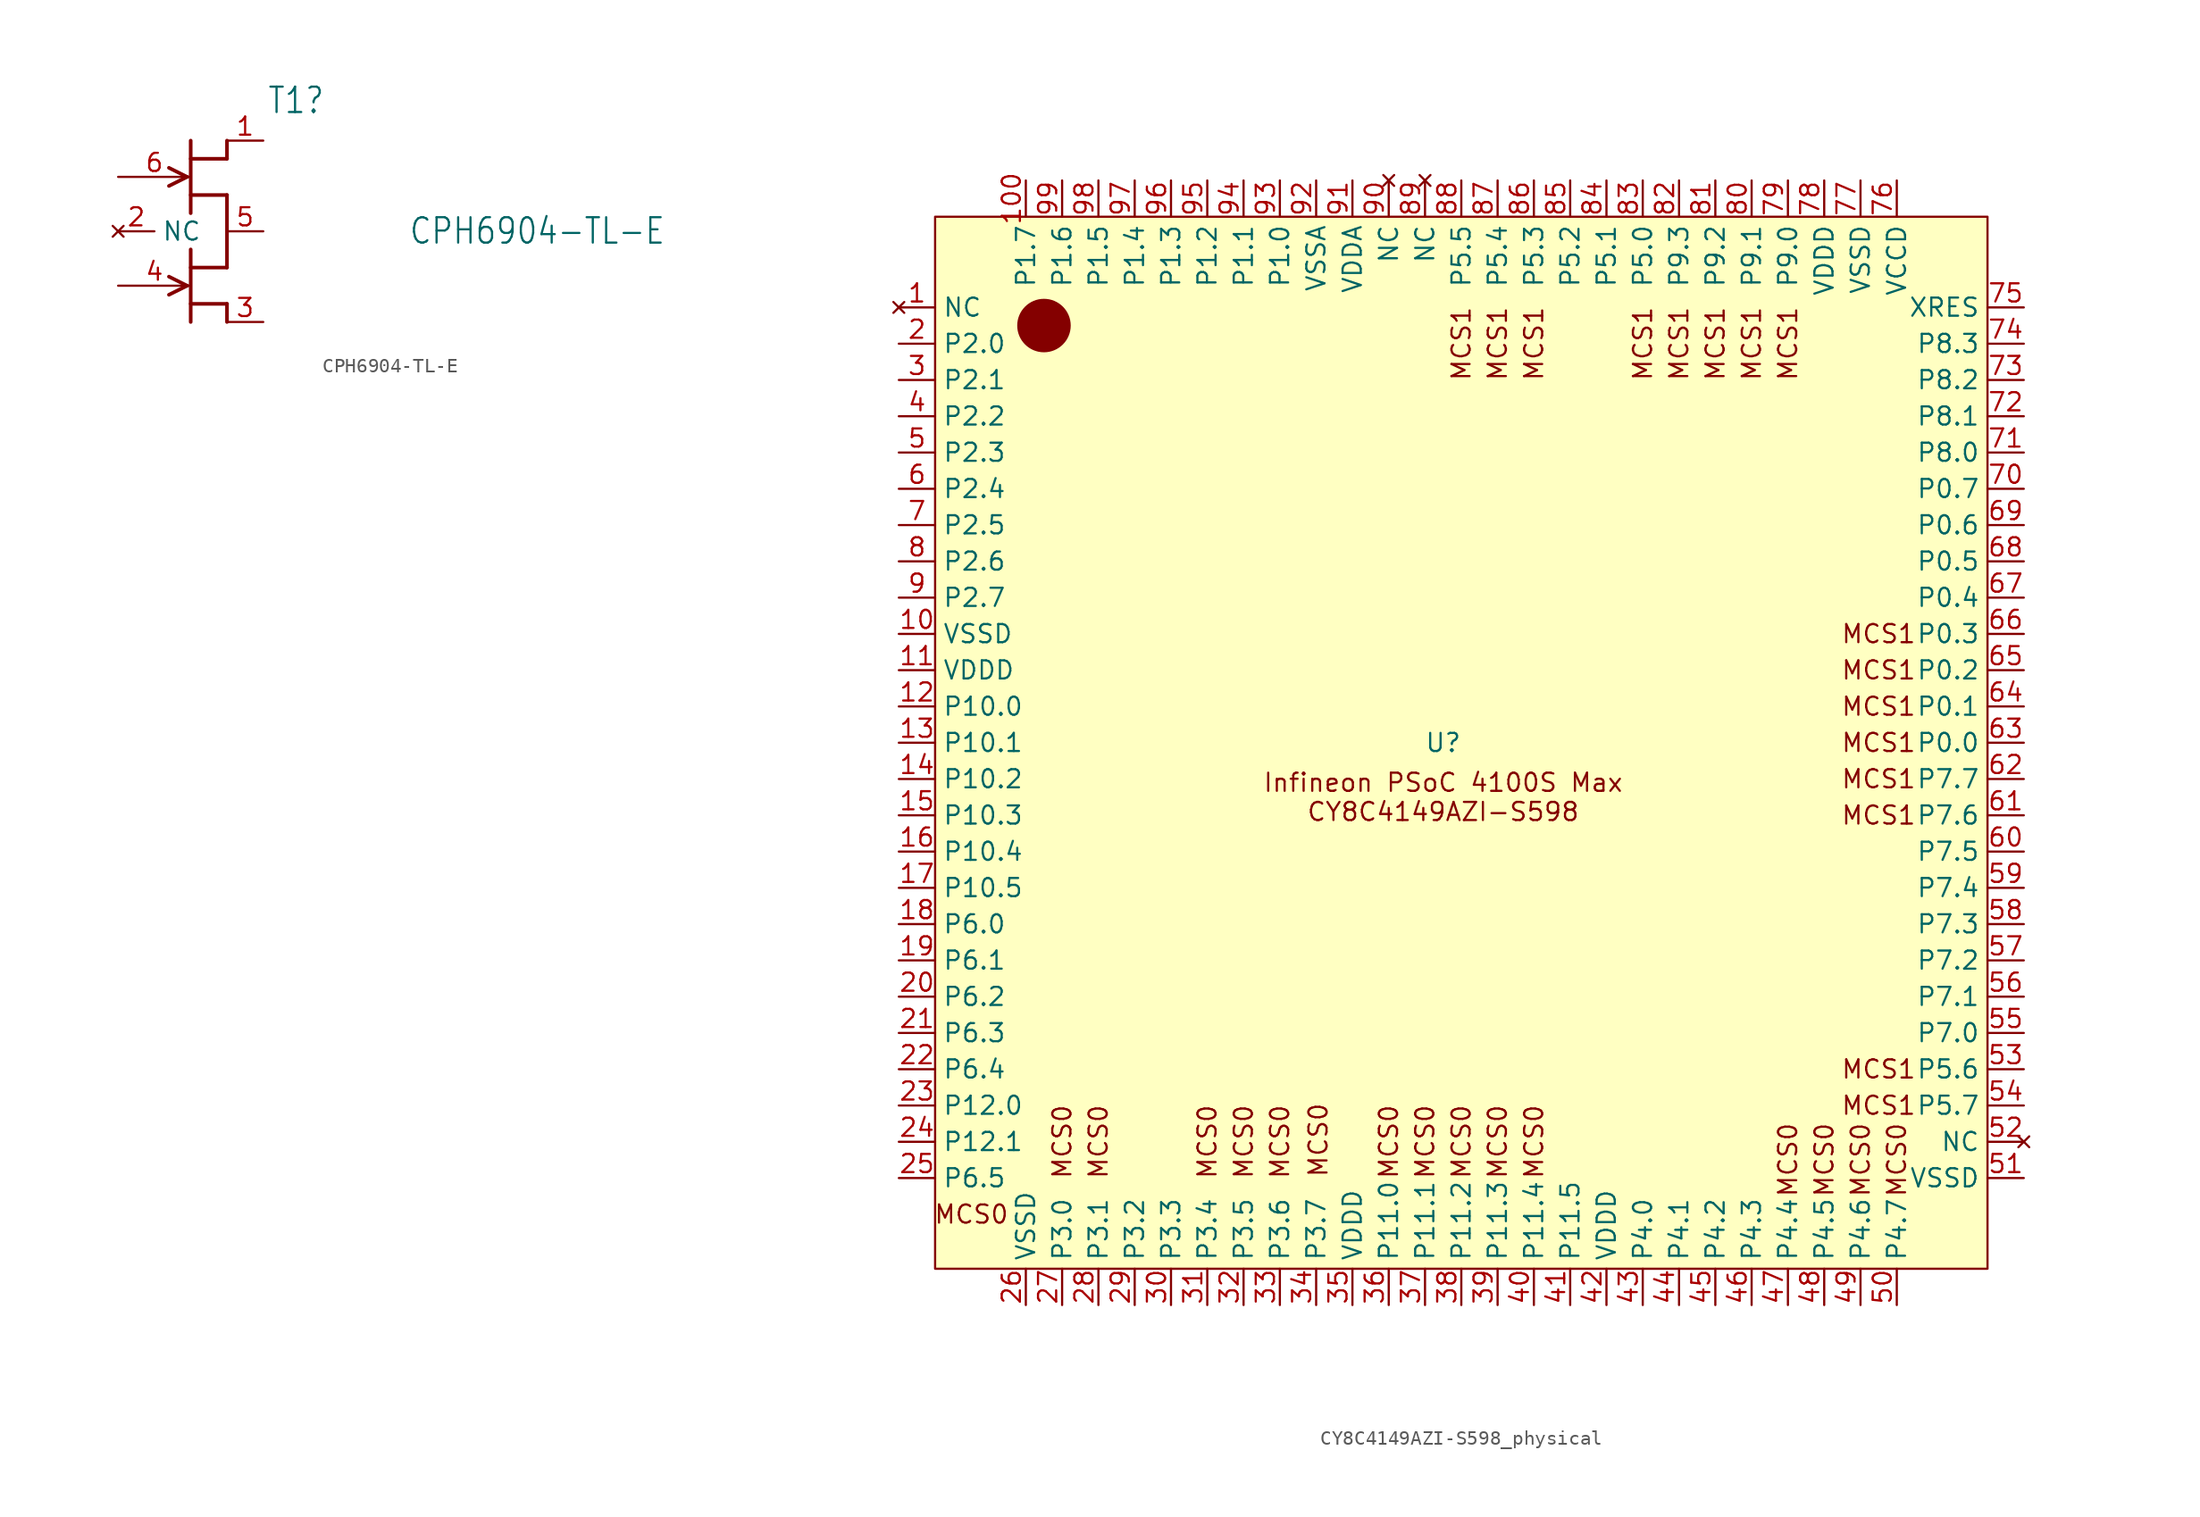
<source format=kicad_sym>
(kicad_symbol_lib
  (version 20241209)
  (generator "kicad_symbol_editor")
  (generator_version "9.0")
  (symbol "CPH6904-TL-E"
    (property "Reference" "T1"
      (at 5.334 8.128 0)
      (effects (font (size 1.778 1.511)) (justify left bottom)))
    (property "Value" "CPH6904-TL-E"
      (at 15.24 -1.016 0)
      (effects (font (size 1.778 1.511)) (justify left bottom)))
    (symbol "CPH6904-TL-E_1_0"
      (polyline (pts (xy -1.524 4.445) (xy -0.254 3.81)) (stroke (width 0.254) (type default)) (fill (type none)))
      (polyline (pts (xy -1.524 -3.175) (xy -0.254 -3.81)) (stroke (width 0.254) (type default)) (fill (type none)))
      (polyline (pts (xy -0.254 3.81) (xy -1.524 3.175)) (stroke (width 0.254) (type default)) (fill (type none)))
      (polyline (pts (xy -0.254 -3.81) (xy -1.524 -4.445)) (stroke (width 0.254) (type default)) (fill (type none)))
      (polyline (pts (xy 0 1.27) (xy 0 6.35)) (stroke (width 0.254) (type default)) (fill (type none)))
      (polyline (pts (xy 0 -6.35) (xy 0 -1.27)) (stroke (width 0.254) (type default)) (fill (type none)))
      (polyline (pts (xy 2.54 5.08) (xy 0 5.08)) (stroke (width 0.254) (type default)) (fill (type none)))
      (polyline (pts (xy 2.54 5.08) (xy 2.54 6.35)) (stroke (width 0.254) (type default)) (fill (type none)))
      (polyline (pts (xy 2.54 2.54) (xy 0 2.54)) (stroke (width 0.254) (type default)) (fill (type none)))
      (polyline (pts (xy 2.54 2.54) (xy 2.54 -2.54)) (stroke (width 0.254) (type default)) (fill (type none)))
      (polyline (pts (xy 2.54 -2.54) (xy 0 -2.54)) (stroke (width 0.254) (type default)) (fill (type none)))
      (polyline (pts (xy 2.54 -5.08) (xy 0 -5.08)) (stroke (width 0.254) (type default)) (fill (type none)))
      (polyline (pts (xy 2.54 -6.35) (xy 2.54 -5.08)) (stroke (width 0.254) (type default)) (fill (type none)))
      (pin passive line (at -5.08 3.81 0) (length 5.08) (name "G1" (effects (font (size 0 0)))) (number "6" (effects (font (size 1.27 1.27)))))
      (pin passive line (at -5.08 -3.81 0) (length 5.08) (name "G2" (effects (font (size 0 0)))) (number "4" (effects (font (size 1.27 1.27)))))
      (pin passive line (at 5.08 6.35 180) (length 2.54) (name "D1" (effects (font (size 0 0)))) (number "1" (effects (font (size 1.27 1.27)))))
      (pin passive line (at 5.08 0 180) (length 2.54) (name "S1S2" (effects (font (size 0 0)))) (number "5" (effects (font (size 1.27 1.27)))))
      (pin passive line (at 5.08 -6.35 180) (length 2.54) (name "D2" (effects (font (size 0 0)))) (number "3" (effects (font (size 1.27 1.27))))))
    (symbol "CPH6904-TL-E_1_1"
      (pin no_connect line (at -5.08 0 0) (length 2.54) (name "NC" (effects (font (size 1.27 1.27)))) (number "2" (effects (font (size 1.27 1.27)))))))
  (symbol "CY8C4149AZI-S598_physical"
    (property "Reference" "U"
      (at -1.27 0 0)
      (effects (font (size 1.27 1.27))))
    (property "Value" ""
      (at 11.43 3.81 0)
      (effects (font (size 1.27 1.27))))
    (symbol "CY8C4149AZI-S598_physical_1_1"
      (rectangle (start -36.83 36.83) (end 36.83 -36.83) (stroke (width 0) (type default)) (fill (type background)))
      (circle (center -29.21 29.21) (radius 1.796) (stroke (width 0) (type default)) (fill (type outline)))
      (text "MCS0" (at -34.29 -33.02 0) (effects (font (size 1.27 1.27))))
      (text "MCS0" (at -27.94 -27.94 900) (effects (font (size 1.27 1.27))))
      (text "MCS0" (at -25.4 -27.94 900) (effects (font (size 1.27 1.27))))
      (text "MCS0" (at -17.78 -27.94 900) (effects (font (size 1.27 1.27))))
      (text "MCS0" (at -15.24 -27.94 900) (effects (font (size 1.27 1.27))))
      (text "MCS0" (at -12.7 -27.94 900) (effects (font (size 1.27 1.27))))
      (text "MCS0" (at -10.012 -27.824 900) (effects (font (size 1.27 1.27))))
      (text "MCS0" (at -5.08 -27.94 900) (effects (font (size 1.27 1.27))))
      (text "MCS0" (at -2.54 -27.94 900) (effects (font (size 1.27 1.27))))
      (text "Infineon PSoC 4100S Max\nCY8C4149AZI-S598" (at -1.27 -3.81 0) (effects (font (size 1.27 1.27))))
      (text "MCS1\n" (at 0 27.94 900) (effects (font (size 1.27 1.27))))
      (text "MCS0" (at 0 -27.94 900) (effects (font (size 1.27 1.27))))
      (text "MCS1\n" (at 2.54 27.94 900) (effects (font (size 1.27 1.27))))
      (text "MCS0" (at 2.54 -27.94 900) (effects (font (size 1.27 1.27))))
      (text "MCS1\n" (at 5.08 27.94 900) (effects (font (size 1.27 1.27))))
      (text "MCS0" (at 5.08 -27.94 900) (effects (font (size 1.27 1.27))))
      (text "MCS1\n" (at 12.7 27.94 900) (effects (font (size 1.27 1.27))))
      (text "MCS1\n" (at 15.24 27.94 900) (effects (font (size 1.27 1.27))))
      (text "MCS1\n" (at 17.78 27.94 900) (effects (font (size 1.27 1.27))))
      (text "MCS1\n" (at 20.32 27.94 900) (effects (font (size 1.27 1.27))))
      (text "MCS1\n" (at 22.86 27.94 900) (effects (font (size 1.27 1.27))))
      (text "MCS0" (at 22.86 -29.21 900) (effects (font (size 1.27 1.27))))
      (text "MCS0" (at 25.4 -29.21 900) (effects (font (size 1.27 1.27))))
      (text "MCS0" (at 27.94 -29.21 900) (effects (font (size 1.27 1.27))))
      (text "MCS1\n" (at 29.21 7.62 0) (effects (font (size 1.27 1.27))))
      (text "MCS1\n" (at 29.21 5.08 0) (effects (font (size 1.27 1.27))))
      (text "MCS1\n" (at 29.21 2.54 0) (effects (font (size 1.27 1.27))))
      (text "MCS1\n" (at 29.21 0 0) (effects (font (size 1.27 1.27))))
      (text "MCS1\n" (at 29.21 -2.54 0) (effects (font (size 1.27 1.27))))
      (text "MCS1\n" (at 29.21 -5.08 0) (effects (font (size 1.27 1.27))))
      (text "MCS1\n" (at 29.21 -22.86 0) (effects (font (size 1.27 1.27))))
      (text "MCS1\n" (at 29.21 -25.4 0) (effects (font (size 1.27 1.27))))
      (text "MCS0" (at 30.48 -29.21 900) (effects (font (size 1.27 1.27))))
      (pin no_connect line (at -39.37 30.48 0) (length 2.54) (name "NC" (effects (font (size 1.27 1.27)))) (number "1" (effects (font (size 1.27 1.27)))))
      (pin bidirectional line (at -39.37 27.94 0) (length 2.54) (name "P2.0" (effects (font (size 1.27 1.27)))) (number "2" (effects (font (size 1.27 1.27)))))
      (pin bidirectional line (at -39.37 25.4 0) (length 2.54) (name "P2.1" (effects (font (size 1.27 1.27)))) (number "3" (effects (font (size 1.27 1.27)))))
      (pin bidirectional line (at -39.37 22.86 0) (length 2.54) (name "P2.2" (effects (font (size 1.27 1.27)))) (number "4" (effects (font (size 1.27 1.27)))))
      (pin bidirectional line (at -39.37 20.32 0) (length 2.54) (name "P2.3" (effects (font (size 1.27 1.27)))) (number "5" (effects (font (size 1.27 1.27)))))
      (pin bidirectional line (at -39.37 17.78 0) (length 2.54) (name "P2.4" (effects (font (size 1.27 1.27)))) (number "6" (effects (font (size 1.27 1.27)))))
      (pin bidirectional line (at -39.37 15.24 0) (length 2.54) (name "P2.5" (effects (font (size 1.27 1.27)))) (number "7" (effects (font (size 1.27 1.27)))))
      (pin bidirectional line (at -39.37 12.7 0) (length 2.54) (name "P2.6" (effects (font (size 1.27 1.27)))) (number "8" (effects (font (size 1.27 1.27)))))
      (pin bidirectional line (at -39.37 10.16 0) (length 2.54) (name "P2.7" (effects (font (size 1.27 1.27)))) (number "9" (effects (font (size 1.27 1.27)))))
      (pin power_in line (at -39.37 7.62 0) (length 2.54) (name "VSSD" (effects (font (size 1.27 1.27)))) (number "10" (effects (font (size 1.27 1.27)))))
      (pin power_in line (at -39.37 5.08 0) (length 2.54) (name "VDDD" (effects (font (size 1.27 1.27)))) (number "11" (effects (font (size 1.27 1.27)))))
      (pin bidirectional line (at -39.37 2.54 0) (length 2.54) (name "P10.0" (effects (font (size 1.27 1.27)))) (number "12" (effects (font (size 1.27 1.27)))))
      (pin bidirectional line (at -39.37 0 0) (length 2.54) (name "P10.1" (effects (font (size 1.27 1.27)))) (number "13" (effects (font (size 1.27 1.27)))))
      (pin bidirectional line (at -39.37 -2.54 0) (length 2.54) (name "P10.2" (effects (font (size 1.27 1.27)))) (number "14" (effects (font (size 1.27 1.27)))))
      (pin bidirectional line (at -39.37 -5.08 0) (length 2.54) (name "P10.3" (effects (font (size 1.27 1.27)))) (number "15" (effects (font (size 1.27 1.27)))))
      (pin bidirectional line (at -39.37 -7.62 0) (length 2.54) (name "P10.4" (effects (font (size 1.27 1.27)))) (number "16" (effects (font (size 1.27 1.27)))))
      (pin bidirectional line (at -39.37 -10.16 0) (length 2.54) (name "P10.5" (effects (font (size 1.27 1.27)))) (number "17" (effects (font (size 1.27 1.27)))))
      (pin bidirectional line (at -39.37 -12.7 0) (length 2.54) (name "P6.0" (effects (font (size 1.27 1.27)))) (number "18" (effects (font (size 1.27 1.27)))))
      (pin bidirectional line (at -39.37 -15.24 0) (length 2.54) (name "P6.1" (effects (font (size 1.27 1.27)))) (number "19" (effects (font (size 1.27 1.27)))))
      (pin bidirectional line (at -39.37 -17.78 0) (length 2.54) (name "P6.2" (effects (font (size 1.27 1.27)))) (number "20" (effects (font (size 1.27 1.27)))))
      (pin bidirectional line (at -39.37 -20.32 0) (length 2.54) (name "P6.3" (effects (font (size 1.27 1.27)))) (number "21" (effects (font (size 1.27 1.27)))))
      (pin bidirectional line (at -39.37 -22.86 0) (length 2.54) (name "P6.4" (effects (font (size 1.27 1.27)))) (number "22" (effects (font (size 1.27 1.27)))))
      (pin output line (at -39.37 -25.4 0) (length 2.54) (name "P12.0" (effects (font (size 1.27 1.27)))) (number "23" (effects (font (size 1.27 1.27)))))
      (pin bidirectional line (at -39.37 -27.94 0) (length 2.54) (name "P12.1" (effects (font (size 1.27 1.27)))) (number "24" (effects (font (size 1.27 1.27)))))
      (pin input line (at -39.37 -30.48 0) (length 2.54) (name "P6.5" (effects (font (size 1.27 1.27)))) (number "25" (effects (font (size 1.27 1.27)))))
      (pin bidirectional line (at -30.48 39.37 270) (length 2.54) (name "P1.7" (effects (font (size 1.27 1.27)))) (number "100" (effects (font (size 1.27 1.27)))))
      (pin power_in line (at -30.48 -39.37 90) (length 2.54) (name "VSSD" (effects (font (size 1.27 1.27)))) (number "26" (effects (font (size 1.27 1.27)))))
      (pin bidirectional line (at -27.94 39.37 270) (length 2.54) (name "P1.6" (effects (font (size 1.27 1.27)))) (number "99" (effects (font (size 1.27 1.27)))))
      (pin input line (at -27.94 -39.37 90) (length 2.54) (name "P3.0" (effects (font (size 1.27 1.27)))) (number "27" (effects (font (size 1.27 1.27)))))
      (pin bidirectional line (at -25.4 39.37 270) (length 2.54) (name "P1.5" (effects (font (size 1.27 1.27)))) (number "98" (effects (font (size 1.27 1.27)))))
      (pin input line (at -25.4 -39.37 90) (length 2.54) (name "P3.1" (effects (font (size 1.27 1.27)))) (number "28" (effects (font (size 1.27 1.27)))))
      (pin bidirectional line (at -22.86 39.37 270) (length 2.54) (name "P1.4" (effects (font (size 1.27 1.27)))) (number "97" (effects (font (size 1.27 1.27)))))
      (pin bidirectional line (at -22.86 -39.37 90) (length 2.54) (name "P3.2" (effects (font (size 1.27 1.27)))) (number "29" (effects (font (size 1.27 1.27)))))
      (pin bidirectional line (at -20.32 39.37 270) (length 2.54) (name "P1.3" (effects (font (size 1.27 1.27)))) (number "96" (effects (font (size 1.27 1.27)))))
      (pin bidirectional line (at -20.32 -39.37 90) (length 2.54) (name "P3.3" (effects (font (size 1.27 1.27)))) (number "30" (effects (font (size 1.27 1.27)))))
      (pin bidirectional line (at -17.78 39.37 270) (length 2.54) (name "P1.2" (effects (font (size 1.27 1.27)))) (number "95" (effects (font (size 1.27 1.27)))))
      (pin input line (at -17.78 -39.37 90) (length 2.54) (name "P3.4" (effects (font (size 1.27 1.27)))) (number "31" (effects (font (size 1.27 1.27)))))
      (pin bidirectional line (at -15.24 39.37 270) (length 2.54) (name "P1.1" (effects (font (size 1.27 1.27)))) (number "94" (effects (font (size 1.27 1.27)))))
      (pin bidirectional line (at -15.24 -39.37 90) (length 2.54) (name "P3.5" (effects (font (size 1.27 1.27)))) (number "32" (effects (font (size 1.27 1.27)))))
      (pin bidirectional line (at -12.7 39.37 270) (length 2.54) (name "P1.0" (effects (font (size 1.27 1.27)))) (number "93" (effects (font (size 1.27 1.27)))))
      (pin bidirectional line (at -12.7 -39.37 90) (length 2.54) (name "P3.6" (effects (font (size 1.27 1.27)))) (number "33" (effects (font (size 1.27 1.27)))))
      (pin power_in line (at -10.16 39.37 270) (length 2.54) (name "VSSA" (effects (font (size 1.27 1.27)))) (number "92" (effects (font (size 1.27 1.27)))))
      (pin bidirectional line (at -10.16 -39.37 90) (length 2.54) (name "P3.7" (effects (font (size 1.27 1.27)))) (number "34" (effects (font (size 1.27 1.27)))))
      (pin power_in line (at -7.62 39.37 270) (length 2.54) (name "VDDA" (effects (font (size 1.27 1.27)))) (number "91" (effects (font (size 1.27 1.27)))))
      (pin power_in line (at -7.62 -39.37 90) (length 2.54) (name "VDDD" (effects (font (size 1.27 1.27)))) (number "35" (effects (font (size 1.27 1.27)))))
      (pin no_connect line (at -5.08 39.37 270) (length 2.54) (name "NC" (effects (font (size 1.27 1.27)))) (number "90" (effects (font (size 1.27 1.27)))))
      (pin input line (at -5.08 -39.37 90) (length 2.54) (name "P11.0" (effects (font (size 1.27 1.27)))) (number "36" (effects (font (size 1.27 1.27)))))
      (pin no_connect line (at -2.54 39.37 270) (length 2.54) (name "NC" (effects (font (size 1.27 1.27)))) (number "89" (effects (font (size 1.27 1.27)))))
      (pin input line (at -2.54 -39.37 90) (length 2.54) (name "P11.1" (effects (font (size 1.27 1.27)))) (number "37" (effects (font (size 1.27 1.27)))))
      (pin input line (at 0 39.37 270) (length 2.54) (name "P5.5" (effects (font (size 1.27 1.27)))) (number "88" (effects (font (size 1.27 1.27)))))
      (pin input line (at 0 -39.37 90) (length 2.54) (name "P11.2" (effects (font (size 1.27 1.27)))) (number "38" (effects (font (size 1.27 1.27)))))
      (pin input line (at 2.54 39.37 270) (length 2.54) (name "P5.4" (effects (font (size 1.27 1.27)))) (number "87" (effects (font (size 1.27 1.27)))))
      (pin output line (at 2.54 -39.37 90) (length 2.54) (name "P11.3" (effects (font (size 1.27 1.27)))) (number "39" (effects (font (size 1.27 1.27)))))
      (pin input line (at 5.08 39.37 270) (length 2.54) (name "P5.3" (effects (font (size 1.27 1.27)))) (number "86" (effects (font (size 1.27 1.27)))))
      (pin output line (at 5.08 -39.37 90) (length 2.54) (name "P11.4" (effects (font (size 1.27 1.27)))) (number "40" (effects (font (size 1.27 1.27)))))
      (pin bidirectional line (at 7.62 39.37 270) (length 2.54) (name "P5.2" (effects (font (size 1.27 1.27)))) (number "85" (effects (font (size 1.27 1.27)))))
      (pin input line (at 7.62 -39.37 90) (length 2.54) (name "P11.5" (effects (font (size 1.27 1.27)))) (number "41" (effects (font (size 1.27 1.27)))))
      (pin bidirectional line (at 10.16 39.37 270) (length 2.54) (name "P5.1" (effects (font (size 1.27 1.27)))) (number "84" (effects (font (size 1.27 1.27)))))
      (pin power_in line (at 10.16 -39.37 90) (length 2.54) (name "VDDD" (effects (font (size 1.27 1.27)))) (number "42" (effects (font (size 1.27 1.27)))))
      (pin input line (at 12.7 39.37 270) (length 2.54) (name "P5.0" (effects (font (size 1.27 1.27)))) (number "83" (effects (font (size 1.27 1.27)))))
      (pin input line (at 12.7 -39.37 90) (length 2.54) (name "P4.0" (effects (font (size 1.27 1.27)))) (number "43" (effects (font (size 1.27 1.27)))))
      (pin input line (at 15.24 39.37 270) (length 2.54) (name "P9.3" (effects (font (size 1.27 1.27)))) (number "82" (effects (font (size 1.27 1.27)))))
      (pin input line (at 15.24 -39.37 90) (length 2.54) (name "P4.1" (effects (font (size 1.27 1.27)))) (number "44" (effects (font (size 1.27 1.27)))))
      (pin input line (at 17.78 39.37 270) (length 2.54) (name "P9.2" (effects (font (size 1.27 1.27)))) (number "81" (effects (font (size 1.27 1.27)))))
      (pin input line (at 17.78 -39.37 90) (length 2.54) (name "P4.2" (effects (font (size 1.27 1.27)))) (number "45" (effects (font (size 1.27 1.27)))))
      (pin input line (at 20.32 39.37 270) (length 2.54) (name "P9.1" (effects (font (size 1.27 1.27)))) (number "80" (effects (font (size 1.27 1.27)))))
      (pin bidirectional line (at 20.32 -39.37 90) (length 2.54) (name "P4.3" (effects (font (size 1.27 1.27)))) (number "46" (effects (font (size 1.27 1.27)))))
      (pin input line (at 22.86 39.37 270) (length 2.54) (name "P9.0" (effects (font (size 1.27 1.27)))) (number "79" (effects (font (size 1.27 1.27)))))
      (pin output line (at 22.86 -39.37 90) (length 2.54) (name "P4.4" (effects (font (size 1.27 1.27)))) (number "47" (effects (font (size 1.27 1.27)))))
      (pin power_in line (at 25.4 39.37 270) (length 2.54) (name "VDDD" (effects (font (size 1.27 1.27)))) (number "78" (effects (font (size 1.27 1.27)))))
      (pin output line (at 25.4 -39.37 90) (length 2.54) (name "P4.5" (effects (font (size 1.27 1.27)))) (number "48" (effects (font (size 1.27 1.27)))))
      (pin power_in line (at 27.94 39.37 270) (length 2.54) (name "VSSD" (effects (font (size 1.27 1.27)))) (number "77" (effects (font (size 1.27 1.27)))))
      (pin output line (at 27.94 -39.37 90) (length 2.54) (name "P4.6" (effects (font (size 1.27 1.27)))) (number "49" (effects (font (size 1.27 1.27)))))
      (pin power_in line (at 30.48 39.37 270) (length 2.54) (name "VCCD" (effects (font (size 1.27 1.27)))) (number "76" (effects (font (size 1.27 1.27)))))
      (pin output line (at 30.48 -39.37 90) (length 2.54) (name "P4.7" (effects (font (size 1.27 1.27)))) (number "50" (effects (font (size 1.27 1.27)))))
      (pin input line (at 39.37 30.48 180) (length 2.54) (name "XRES" (effects (font (size 1.27 1.27)))) (number "75" (effects (font (size 1.27 1.27)))))
      (pin bidirectional line (at 39.37 27.94 180) (length 2.54) (name "P8.3" (effects (font (size 1.27 1.27)))) (number "74" (effects (font (size 1.27 1.27)))))
      (pin bidirectional line (at 39.37 25.4 180) (length 2.54) (name "P8.2" (effects (font (size 1.27 1.27)))) (number "73" (effects (font (size 1.27 1.27)))))
      (pin bidirectional line (at 39.37 22.86 180) (length 2.54) (name "P8.1" (effects (font (size 1.27 1.27)))) (number "72" (effects (font (size 1.27 1.27)))))
      (pin bidirectional line (at 39.37 20.32 180) (length 2.54) (name "P8.0" (effects (font (size 1.27 1.27)))) (number "71" (effects (font (size 1.27 1.27)))))
      (pin bidirectional line (at 39.37 17.78 180) (length 2.54) (name "P0.7" (effects (font (size 1.27 1.27)))) (number "70" (effects (font (size 1.27 1.27)))))
      (pin bidirectional line (at 39.37 15.24 180) (length 2.54) (name "P0.6" (effects (font (size 1.27 1.27)))) (number "69" (effects (font (size 1.27 1.27)))))
      (pin input line (at 39.37 12.7 180) (length 2.54) (name "P0.5" (effects (font (size 1.27 1.27)))) (number "68" (effects (font (size 1.27 1.27)))))
      (pin input line (at 39.37 10.16 180) (length 2.54) (name "P0.4" (effects (font (size 1.27 1.27)))) (number "67" (effects (font (size 1.27 1.27)))))
      (pin bidirectional line (at 39.37 7.62 180) (length 2.54) (name "P0.3" (effects (font (size 1.27 1.27)))) (number "66" (effects (font (size 1.27 1.27)))))
      (pin bidirectional line (at 39.37 5.08 180) (length 2.54) (name "P0.2" (effects (font (size 1.27 1.27)))) (number "65" (effects (font (size 1.27 1.27)))))
      (pin output line (at 39.37 2.54 180) (length 2.54) (name "P0.1" (effects (font (size 1.27 1.27)))) (number "64" (effects (font (size 1.27 1.27)))))
      (pin output line (at 39.37 0 180) (length 2.54) (name "P0.0" (effects (font (size 1.27 1.27)))) (number "63" (effects (font (size 1.27 1.27)))))
      (pin output line (at 39.37 -2.54 180) (length 2.54) (name "P7.7" (effects (font (size 1.27 1.27)))) (number "62" (effects (font (size 1.27 1.27)))))
      (pin output line (at 39.37 -5.08 180) (length 2.54) (name "P7.6" (effects (font (size 1.27 1.27)))) (number "61" (effects (font (size 1.27 1.27)))))
      (pin bidirectional line (at 39.37 -7.62 180) (length 2.54) (name "P7.5" (effects (font (size 1.27 1.27)))) (number "60" (effects (font (size 1.27 1.27)))))
      (pin bidirectional line (at 39.37 -10.16 180) (length 2.54) (name "P7.4" (effects (font (size 1.27 1.27)))) (number "59" (effects (font (size 1.27 1.27)))))
      (pin bidirectional line (at 39.37 -12.7 180) (length 2.54) (name "P7.3" (effects (font (size 1.27 1.27)))) (number "58" (effects (font (size 1.27 1.27)))))
      (pin bidirectional line (at 39.37 -15.24 180) (length 2.54) (name "P7.2" (effects (font (size 1.27 1.27)))) (number "57" (effects (font (size 1.27 1.27)))))
      (pin input line (at 39.37 -17.78 180) (length 2.54) (name "P7.1" (effects (font (size 1.27 1.27)))) (number "56" (effects (font (size 1.27 1.27)))))
      (pin input line (at 39.37 -20.32 180) (length 2.54) (name "P7.0" (effects (font (size 1.27 1.27)))) (number "55" (effects (font (size 1.27 1.27)))))
      (pin output line (at 39.37 -22.86 180) (length 2.54) (name "P5.6" (effects (font (size 1.27 1.27)))) (number "53" (effects (font (size 1.27 1.27)))))
      (pin output line (at 39.37 -25.4 180) (length 2.54) (name "P5.7" (effects (font (size 1.27 1.27)))) (number "54" (effects (font (size 1.27 1.27)))))
      (pin no_connect line (at 39.37 -27.94 180) (length 2.54) (name "NC" (effects (font (size 1.27 1.27)))) (number "52" (effects (font (size 1.27 1.27)))))
      (pin power_in line (at 39.37 -30.48 180) (length 2.54) (name "VSSD" (effects (font (size 1.27 1.27)))) (number "51" (effects (font (size 1.27 1.27))))))))
</source>
